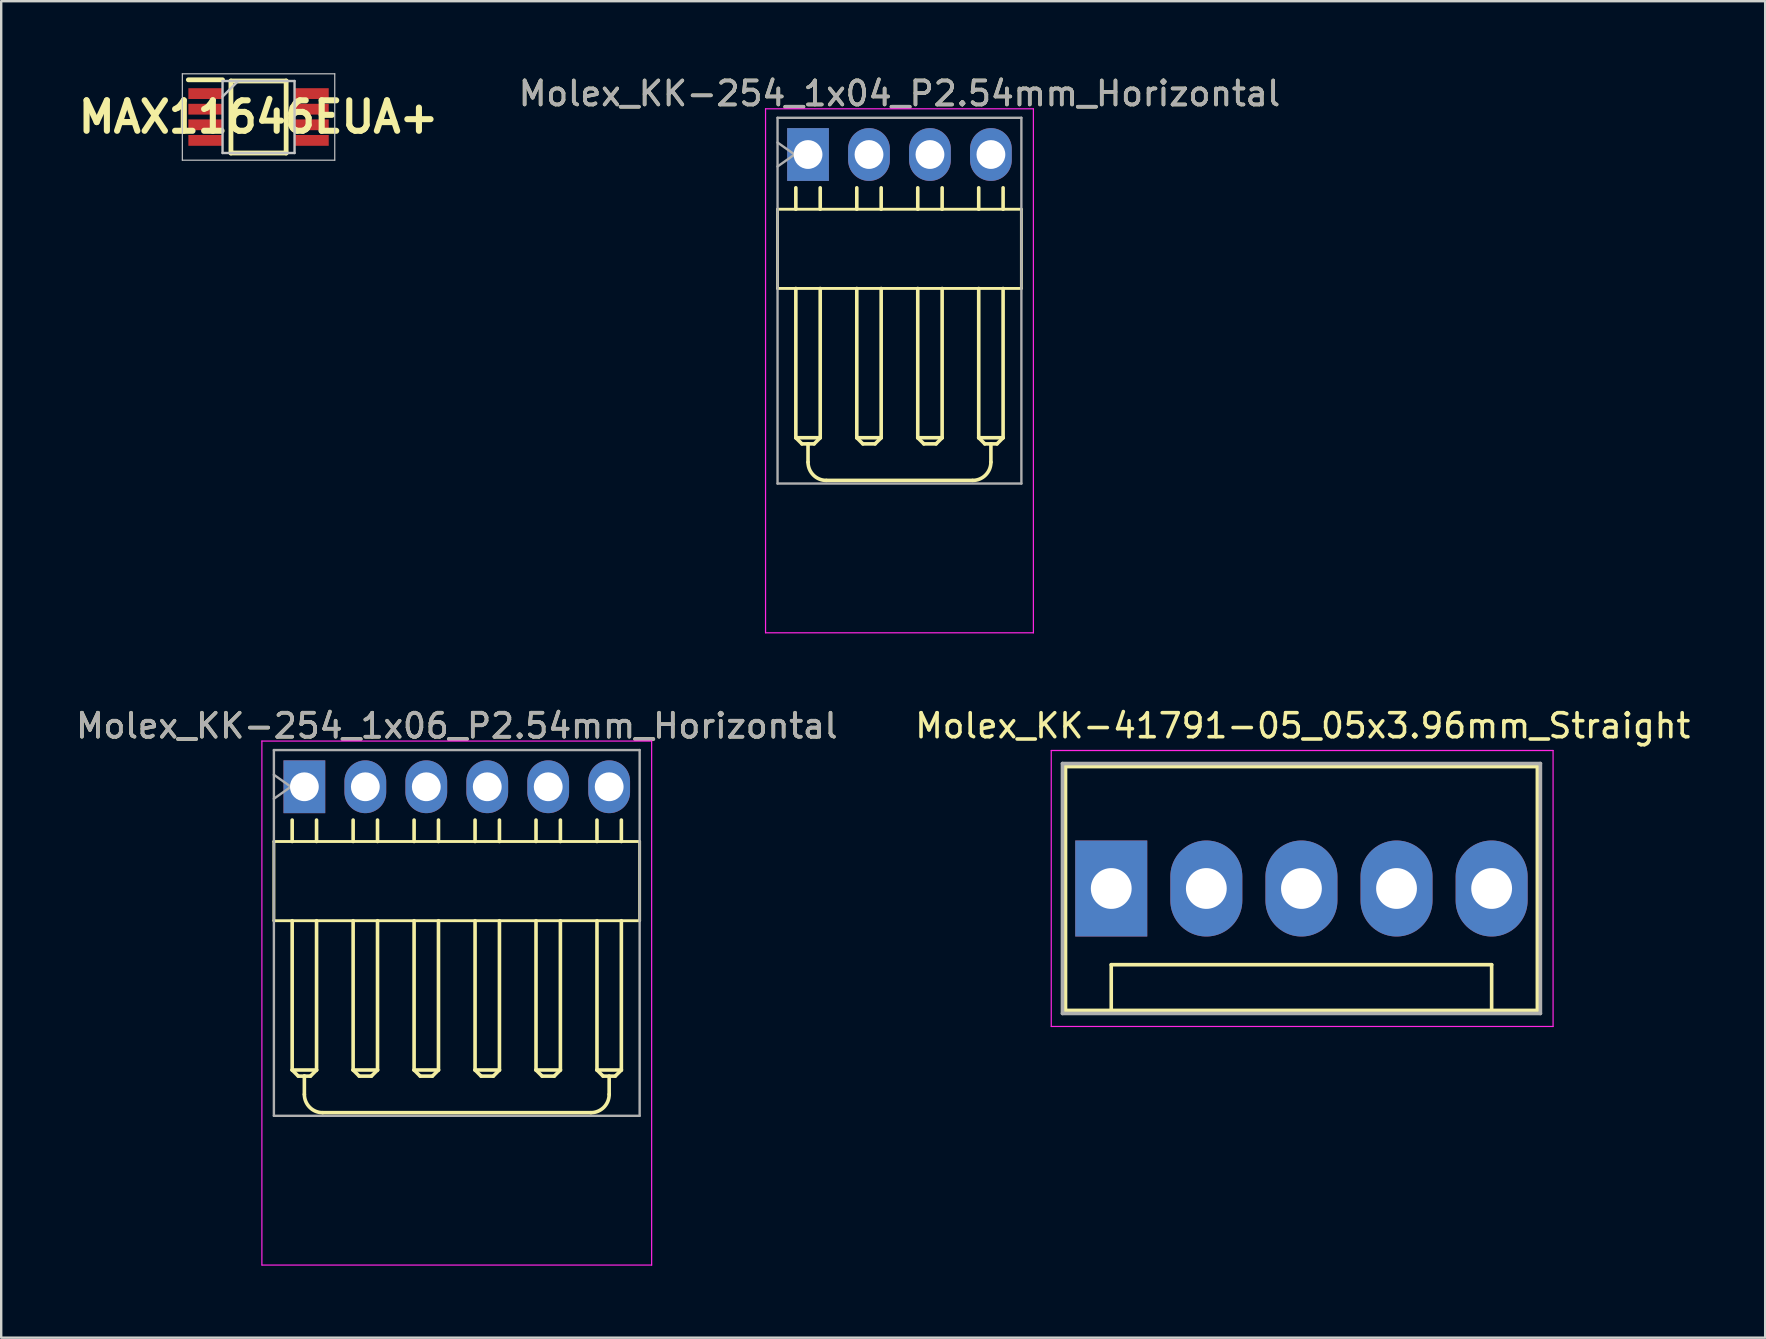
<source format=kicad_pcb>
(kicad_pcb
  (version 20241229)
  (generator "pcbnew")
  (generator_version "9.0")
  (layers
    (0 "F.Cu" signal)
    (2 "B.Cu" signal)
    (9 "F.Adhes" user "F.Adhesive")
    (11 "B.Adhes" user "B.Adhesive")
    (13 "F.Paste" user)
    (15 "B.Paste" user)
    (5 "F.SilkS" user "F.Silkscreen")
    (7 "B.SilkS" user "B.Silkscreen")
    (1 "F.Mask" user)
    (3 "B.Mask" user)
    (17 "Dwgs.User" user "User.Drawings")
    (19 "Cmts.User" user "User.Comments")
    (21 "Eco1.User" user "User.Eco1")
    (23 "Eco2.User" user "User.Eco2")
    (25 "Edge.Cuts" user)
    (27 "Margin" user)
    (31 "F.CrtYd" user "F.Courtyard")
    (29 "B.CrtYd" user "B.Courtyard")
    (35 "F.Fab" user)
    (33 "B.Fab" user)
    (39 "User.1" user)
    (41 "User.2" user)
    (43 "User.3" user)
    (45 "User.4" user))
  (footprint "Molex_KK-41791-05_05x3.96mm_Straight"
    (layer "F.Cu")
    (at 43.252 33.971)
    (property "Reference" "Molex_KK-41791-05_05x3.96mm_Straight" (at 7.98 -6.78 0) (layer "F.SilkS") (effects (font (size 1 1) (thickness 0.15))))
    (attr through_hole)
    (fp_line (start -1.905 -5.08) (end -1.905 5.08) (stroke (width 0.15) (type solid)) (layer "F.SilkS"))
    (fp_line (start -1.905 -5.08) (end 17.755 -5.08) (stroke (width 0.15) (type solid)) (layer "F.SilkS"))
    (fp_line (start -1.905 5.08) (end 17.755 5.08) (stroke (width 0.15) (type solid)) (layer "F.SilkS"))
    (fp_line (start 0 3.175) (end 15.85 3.175) (stroke (width 0.15) (type solid)) (layer "F.SilkS"))
    (fp_line (start 0 5.08) (end 0 3.175) (stroke (width 0.15) (type solid)) (layer "F.SilkS"))
    (fp_line (start 15.85 3.175) (end 15.85 5.08) (stroke (width 0.15) (type solid)) (layer "F.SilkS"))
    (fp_line (start 17.755 -5.08) (end 17.755 5.08) (stroke (width 0.15) (type solid)) (layer "F.SilkS"))
    (fp_line (start -2.5 -5.75) (end 18.41 -5.75) (stroke (width 0.05) (type solid)) (layer "F.CrtYd"))
    (fp_line (start -2.5 5.75) (end -2.5 -5.75) (stroke (width 0.05) (type solid)) (layer "F.CrtYd"))
    (fp_line (start 18.41 -5.75) (end 18.41 5.75) (stroke (width 0.05) (type solid)) (layer "F.CrtYd"))
    (fp_line (start 18.41 5.75) (end -2.5 5.75) (stroke (width 0.05) (type solid)) (layer "F.CrtYd"))
    (fp_line (start -2.032 -5.207) (end 17.882 -5.207) (stroke (width 0.15) (type solid)) (layer "F.Fab"))
    (fp_line (start -2.032 5.207) (end -2.032 -5.207) (stroke (width 0.15) (type solid)) (layer "F.Fab"))
    (fp_line (start 17.882 -5.207) (end 17.882 5.207) (stroke (width 0.15) (type solid)) (layer "F.Fab"))
    (fp_line (start 17.882 5.207) (end -2.032 5.207) (stroke (width 0.15) (type solid)) (layer "F.Fab"))
    (pad "1" thru_hole rect (at 0 0) (size 3 4) (drill 1.7) (layers "*.Cu" "*.Mask"))
    (pad "2" thru_hole oval (at 3.962 0) (size 3 4) (drill 1.7) (layers "*.Cu" "*.Mask"))
    (pad "3" thru_hole oval (at 7.925 0) (size 3 4) (drill 1.7) (layers "*.Cu" "*.Mask"))
    (pad "4" thru_hole oval (at 11.887 0) (size 3 4) (drill 1.7) (layers "*.Cu" "*.Mask"))
    (pad "5" thru_hole oval (at 15.85 0) (size 3 4) (drill 1.7) (layers "*.Cu" "*.Mask")))
  (footprint "Molex_KK-254_1x06_P2.54mm_Horizontal"
    (layer "F.Cu")
    (at 9.632 29.732)
    (property "Reference" "Molex_KK-254_1x06_P2.54mm_Horizontal" (at 6.35 -2.54 0) (layer "F.SilkS") (effects (font (size 1 1) (thickness 0.15))))
    (attr through_hole)
    (fp_line (start -1.27 2.28) (end -1.27 5.58) (stroke (width 0.12) (type solid)) (layer "F.SilkS"))
    (fp_line (start -1.27 2.28) (end 13.97 2.28) (stroke (width 0.12) (type solid)) (layer "F.SilkS"))
    (fp_line (start -0.508 1.388) (end -0.508 2.28) (stroke (width 0.15) (type solid)) (layer "F.SilkS"))
    (fp_line (start -0.508 11.802) (end -0.508 5.582) (stroke (width 0.15) (type solid)) (layer "F.SilkS"))
    (fp_line (start -0.508 11.802) (end 0.508 11.802) (stroke (width 0.15) (type solid)) (layer "F.SilkS"))
    (fp_line (start -0.254 12.056) (end -0.508 11.802) (stroke (width 0.15) (type solid)) (layer "F.SilkS"))
    (fp_line (start 0 12.056) (end -0.254 12.056) (stroke (width 0.15) (type solid)) (layer "F.SilkS"))
    (fp_line (start 0 12.056) (end 0 12.818) (stroke (width 0.15) (type solid)) (layer "F.SilkS"))
    (fp_line (start 0.254 12.056) (end 0 12.056) (stroke (width 0.15) (type solid)) (layer "F.SilkS"))
    (fp_line (start 0.508 2.28) (end 0.508 1.388) (stroke (width 0.15) (type solid)) (layer "F.SilkS"))
    (fp_line (start 0.508 5.582) (end 0.508 11.802) (stroke (width 0.15) (type solid)) (layer "F.SilkS"))
    (fp_line (start 0.508 11.802) (end 0.254 12.056) (stroke (width 0.15) (type solid)) (layer "F.SilkS"))
    (fp_line (start 0.762 13.58) (end 11.938 13.58) (stroke (width 0.15) (type solid)) (layer "F.SilkS"))
    (fp_line (start 2.032 2.28) (end 2.032 1.388) (stroke (width 0.15) (type solid)) (layer "F.SilkS"))
    (fp_line (start 2.032 5.582) (end 2.032 11.802) (stroke (width 0.15) (type solid)) (layer "F.SilkS"))
    (fp_line (start 2.032 11.802) (end 2.286 12.056) (stroke (width 0.15) (type solid)) (layer "F.SilkS"))
    (fp_line (start 2.286 12.056) (end 2.794 12.056) (stroke (width 0.15) (type solid)) (layer "F.SilkS"))
    (fp_line (start 2.794 12.056) (end 3.048 11.802) (stroke (width 0.15) (type solid)) (layer "F.SilkS"))
    (fp_line (start 3.048 2.28) (end 3.048 1.388) (stroke (width 0.15) (type solid)) (layer "F.SilkS"))
    (fp_line (start 3.048 11.802) (end 2.032 11.802) (stroke (width 0.15) (type solid)) (layer "F.SilkS"))
    (fp_line (start 3.048 11.802) (end 3.048 5.582) (stroke (width 0.15) (type solid)) (layer "F.SilkS"))
    (fp_line (start 4.572 2.28) (end 4.572 1.388) (stroke (width 0.15) (type solid)) (layer "F.SilkS"))
    (fp_line (start 4.572 5.582) (end 4.572 11.802) (stroke (width 0.15) (type solid)) (layer "F.SilkS"))
    (fp_line (start 4.572 11.802) (end 4.826 12.056) (stroke (width 0.15) (type solid)) (layer "F.SilkS"))
    (fp_line (start 4.826 12.056) (end 5.334 12.056) (stroke (width 0.15) (type solid)) (layer "F.SilkS"))
    (fp_line (start 5.334 12.056) (end 5.588 11.802) (stroke (width 0.15) (type solid)) (layer "F.SilkS"))
    (fp_line (start 5.588 2.28) (end 5.588 1.388) (stroke (width 0.15) (type solid)) (layer "F.SilkS"))
    (fp_line (start 5.588 11.802) (end 4.572 11.802) (stroke (width 0.15) (type solid)) (layer "F.SilkS"))
    (fp_line (start 5.588 11.802) (end 5.588 5.582) (stroke (width 0.15) (type solid)) (layer "F.SilkS"))
    (fp_line (start 7.112 2.28) (end 7.112 1.388) (stroke (width 0.15) (type solid)) (layer "F.SilkS"))
    (fp_line (start 7.112 5.582) (end 7.112 11.802) (stroke (width 0.15) (type solid)) (layer "F.SilkS"))
    (fp_line (start 7.112 11.802) (end 7.366 12.056) (stroke (width 0.15) (type solid)) (layer "F.SilkS"))
    (fp_line (start 7.366 12.056) (end 7.874 12.056) (stroke (width 0.15) (type solid)) (layer "F.SilkS"))
    (fp_line (start 7.874 12.056) (end 8.128 11.802) (stroke (width 0.15) (type solid)) (layer "F.SilkS"))
    (fp_line (start 8.128 2.28) (end 8.128 1.388) (stroke (width 0.15) (type solid)) (layer "F.SilkS"))
    (fp_line (start 8.128 11.802) (end 7.112 11.802) (stroke (width 0.15) (type solid)) (layer "F.SilkS"))
    (fp_line (start 8.128 11.802) (end 8.128 5.582) (stroke (width 0.15) (type solid)) (layer "F.SilkS"))
    (fp_line (start 9.652 2.28) (end 9.652 1.388) (stroke (width 0.15) (type solid)) (layer "F.SilkS"))
    (fp_line (start 9.652 5.582) (end 9.652 11.802) (stroke (width 0.15) (type solid)) (layer "F.SilkS"))
    (fp_line (start 9.652 11.802) (end 9.906 12.056) (stroke (width 0.15) (type solid)) (layer "F.SilkS"))
    (fp_line (start 9.906 12.056) (end 10.414 12.056) (stroke (width 0.15) (type solid)) (layer "F.SilkS"))
    (fp_line (start 10.414 12.056) (end 10.668 11.802) (stroke (width 0.15) (type solid)) (layer "F.SilkS"))
    (fp_line (start 10.668 2.28) (end 10.668 1.388) (stroke (width 0.15) (type solid)) (layer "F.SilkS"))
    (fp_line (start 10.668 11.802) (end 9.652 11.802) (stroke (width 0.15) (type solid)) (layer "F.SilkS"))
    (fp_line (start 10.668 11.802) (end 10.668 5.582) (stroke (width 0.15) (type solid)) (layer "F.SilkS"))
    (fp_line (start 12.192 2.28) (end 12.192 1.388) (stroke (width 0.15) (type solid)) (layer "F.SilkS"))
    (fp_line (start 12.192 5.582) (end 12.192 11.802) (stroke (width 0.15) (type solid)) (layer "F.SilkS"))
    (fp_line (start 12.192 11.802) (end 12.446 12.056) (stroke (width 0.15) (type solid)) (layer "F.SilkS"))
    (fp_line (start 12.446 12.056) (end 12.954 12.056) (stroke (width 0.15) (type solid)) (layer "F.SilkS"))
    (fp_line (start 12.7 12.056) (end 12.7 12.818) (stroke (width 0.15) (type solid)) (layer "F.SilkS"))
    (fp_line (start 12.954 12.056) (end 13.208 11.802) (stroke (width 0.15) (type solid)) (layer "F.SilkS"))
    (fp_line (start 13.208 2.28) (end 13.208 1.388) (stroke (width 0.15) (type solid)) (layer "F.SilkS"))
    (fp_line (start 13.208 11.802) (end 12.192 11.802) (stroke (width 0.15) (type solid)) (layer "F.SilkS"))
    (fp_line (start 13.208 11.802) (end 13.208 5.582) (stroke (width 0.15) (type solid)) (layer "F.SilkS"))
    (fp_line (start 13.97 2.28) (end 13.97 5.58) (stroke (width 0.12) (type solid)) (layer "F.SilkS"))
    (fp_line (start 13.97 5.58) (end -1.27 5.58) (stroke (width 0.12) (type solid)) (layer "F.SilkS"))
    (fp_arc (start 0.762 13.58) (mid 0.223185 13.356815) (end 0 12.818) (stroke (width 0.15) (type solid)) (layer "F.SilkS"))
    (fp_arc (start 12.7 12.818) (mid 12.476815 13.356815) (end 11.938 13.58) (stroke (width 0.15) (type solid)) (layer "F.SilkS"))
    (fp_line (start -1.77 -1.905) (end -1.77 19.93) (stroke (width 0.05) (type solid)) (layer "F.CrtYd"))
    (fp_line (start -1.762 19.93) (end 14.47 19.93) (stroke (width 0.05) (type solid)) (layer "F.CrtYd"))
    (fp_line (start 14.47 -1.905) (end -1.77 -1.905) (stroke (width 0.05) (type solid)) (layer "F.CrtYd"))
    (fp_line (start 14.47 19.93) (end 14.47 -1.905) (stroke (width 0.05) (type solid)) (layer "F.CrtYd"))
    (fp_line (start -1.27 -1.53) (end -1.27 13.71) (stroke (width 0.1) (type solid)) (layer "F.Fab"))
    (fp_line (start -1.27 -0.5) (end -0.563 0) (stroke (width 0.1) (type solid)) (layer "F.Fab"))
    (fp_line (start -1.27 13.71) (end 13.97 13.71) (stroke (width 0.1) (type solid)) (layer "F.Fab"))
    (fp_line (start -0.563 0) (end -1.27 0.5) (stroke (width 0.1) (type solid)) (layer "F.Fab"))
    (fp_line (start 13.97 -1.53) (end -1.27 -1.53) (stroke (width 0.1) (type solid)) (layer "F.Fab"))
    (fp_line (start 13.97 13.71) (end 13.97 -1.53) (stroke (width 0.1) (type solid)) (layer "F.Fab"))
    (fp_text user "${REFERENCE}" (at 6.35 -2.54 0) (layer "F.Fab") (effects (font (size 1 1) (thickness 0.15))))
    (pad "1" thru_hole rect (at 0 0) (size 1.74 2.2) (drill 1.2) (layers "*.Cu" "*.Mask"))
    (pad "2" thru_hole oval (at 2.54 0) (size 1.74 2.2) (drill 1.2) (layers "*.Cu" "*.Mask"))
    (pad "3" thru_hole oval (at 5.08 0) (size 1.74 2.2) (drill 1.2) (layers "*.Cu" "*.Mask"))
    (pad "4" thru_hole oval (at 7.62 0) (size 1.74 2.2) (drill 1.2) (layers "*.Cu" "*.Mask"))
    (pad "5" thru_hole oval (at 10.16 0) (size 1.74 2.2) (drill 1.2) (layers "*.Cu" "*.Mask"))
    (pad "6" thru_hole oval (at 12.7 0) (size 1.74 2.2) (drill 1.2) (layers "*.Cu" "*.Mask")))
  (footprint "Molex_KK-254_1x04_P2.54mm_Horizontal"
    (layer "F.Cu")
    (at 30.618 3.388)
    (property "Reference" "Molex_KK-254_1x04_P2.54mm_Horizontal" (at 3.81 -2.54 0) (layer "F.SilkS") (effects (font (size 1 1) (thickness 0.15))))
    (attr through_hole)
    (fp_line (start -1.27 2.28) (end -1.27 5.58) (stroke (width 0.12) (type solid)) (layer "F.SilkS"))
    (fp_line (start -1.27 2.28) (end 8.89 2.28) (stroke (width 0.12) (type solid)) (layer "F.SilkS"))
    (fp_line (start -0.508 1.388) (end -0.508 2.28) (stroke (width 0.15) (type solid)) (layer "F.SilkS"))
    (fp_line (start -0.508 11.802) (end -0.508 5.582) (stroke (width 0.15) (type solid)) (layer "F.SilkS"))
    (fp_line (start -0.508 11.802) (end 0.508 11.802) (stroke (width 0.15) (type solid)) (layer "F.SilkS"))
    (fp_line (start -0.254 12.056) (end -0.508 11.802) (stroke (width 0.15) (type solid)) (layer "F.SilkS"))
    (fp_line (start 0 12.056) (end -0.254 12.056) (stroke (width 0.15) (type solid)) (layer "F.SilkS"))
    (fp_line (start 0 12.056) (end 0 12.818) (stroke (width 0.15) (type solid)) (layer "F.SilkS"))
    (fp_line (start 0.254 12.056) (end 0 12.056) (stroke (width 0.15) (type solid)) (layer "F.SilkS"))
    (fp_line (start 0.508 2.28) (end 0.508 1.388) (stroke (width 0.15) (type solid)) (layer "F.SilkS"))
    (fp_line (start 0.508 5.582) (end 0.508 11.802) (stroke (width 0.15) (type solid)) (layer "F.SilkS"))
    (fp_line (start 0.508 11.802) (end 0.254 12.056) (stroke (width 0.15) (type solid)) (layer "F.SilkS"))
    (fp_line (start 0.762 13.58) (end 6.858 13.58) (stroke (width 0.15) (type solid)) (layer "F.SilkS"))
    (fp_line (start 2.032 2.28) (end 2.032 1.388) (stroke (width 0.15) (type solid)) (layer "F.SilkS"))
    (fp_line (start 2.032 5.582) (end 2.032 11.802) (stroke (width 0.15) (type solid)) (layer "F.SilkS"))
    (fp_line (start 2.032 11.802) (end 2.286 12.056) (stroke (width 0.15) (type solid)) (layer "F.SilkS"))
    (fp_line (start 2.286 12.056) (end 2.794 12.056) (stroke (width 0.15) (type solid)) (layer "F.SilkS"))
    (fp_line (start 2.794 12.056) (end 3.048 11.802) (stroke (width 0.15) (type solid)) (layer "F.SilkS"))
    (fp_line (start 3.048 2.28) (end 3.048 1.388) (stroke (width 0.15) (type solid)) (layer "F.SilkS"))
    (fp_line (start 3.048 11.802) (end 2.032 11.802) (stroke (width 0.15) (type solid)) (layer "F.SilkS"))
    (fp_line (start 3.048 11.802) (end 3.048 5.582) (stroke (width 0.15) (type solid)) (layer "F.SilkS"))
    (fp_line (start 4.572 2.28) (end 4.572 1.388) (stroke (width 0.15) (type solid)) (layer "F.SilkS"))
    (fp_line (start 4.572 5.582) (end 4.572 11.802) (stroke (width 0.15) (type solid)) (layer "F.SilkS"))
    (fp_line (start 4.572 11.802) (end 4.826 12.056) (stroke (width 0.15) (type solid)) (layer "F.SilkS"))
    (fp_line (start 4.826 12.056) (end 5.334 12.056) (stroke (width 0.15) (type solid)) (layer "F.SilkS"))
    (fp_line (start 5.334 12.056) (end 5.588 11.802) (stroke (width 0.15) (type solid)) (layer "F.SilkS"))
    (fp_line (start 5.588 2.28) (end 5.588 1.388) (stroke (width 0.15) (type solid)) (layer "F.SilkS"))
    (fp_line (start 5.588 11.802) (end 4.572 11.802) (stroke (width 0.15) (type solid)) (layer "F.SilkS"))
    (fp_line (start 5.588 11.802) (end 5.588 5.582) (stroke (width 0.15) (type solid)) (layer "F.SilkS"))
    (fp_line (start 7.112 2.28) (end 7.112 1.388) (stroke (width 0.15) (type solid)) (layer "F.SilkS"))
    (fp_line (start 7.112 5.582) (end 7.112 11.802) (stroke (width 0.15) (type solid)) (layer "F.SilkS"))
    (fp_line (start 7.112 11.802) (end 7.366 12.056) (stroke (width 0.15) (type solid)) (layer "F.SilkS"))
    (fp_line (start 7.366 12.056) (end 7.874 12.056) (stroke (width 0.15) (type solid)) (layer "F.SilkS"))
    (fp_line (start 7.62 12.056) (end 7.62 12.818) (stroke (width 0.15) (type solid)) (layer "F.SilkS"))
    (fp_line (start 7.874 12.056) (end 8.128 11.802) (stroke (width 0.15) (type solid)) (layer "F.SilkS"))
    (fp_line (start 8.128 2.28) (end 8.128 1.388) (stroke (width 0.15) (type solid)) (layer "F.SilkS"))
    (fp_line (start 8.128 11.802) (end 7.112 11.802) (stroke (width 0.15) (type solid)) (layer "F.SilkS"))
    (fp_line (start 8.128 11.802) (end 8.128 5.582) (stroke (width 0.15) (type solid)) (layer "F.SilkS"))
    (fp_line (start 8.89 2.28) (end 8.89 5.58) (stroke (width 0.12) (type solid)) (layer "F.SilkS"))
    (fp_line (start 8.89 5.58) (end -1.27 5.58) (stroke (width 0.12) (type solid)) (layer "F.SilkS"))
    (fp_arc (start 0.762 13.58) (mid 0.223185 13.356815) (end 0 12.818) (stroke (width 0.15) (type solid)) (layer "F.SilkS"))
    (fp_arc (start 7.62 12.818) (mid 7.396815 13.356815) (end 6.858 13.58) (stroke (width 0.15) (type solid)) (layer "F.SilkS"))
    (fp_line (start -1.77 -1.905) (end -1.77 19.93) (stroke (width 0.05) (type solid)) (layer "F.CrtYd"))
    (fp_line (start -1.762 19.93) (end 9.39 19.93) (stroke (width 0.05) (type solid)) (layer "F.CrtYd"))
    (fp_line (start 9.39 -1.905) (end -1.77 -1.905) (stroke (width 0.05) (type solid)) (layer "F.CrtYd"))
    (fp_line (start 9.39 19.93) (end 9.39 -1.905) (stroke (width 0.05) (type solid)) (layer "F.CrtYd"))
    (fp_line (start -1.27 -1.53) (end -1.27 13.71) (stroke (width 0.1) (type solid)) (layer "F.Fab"))
    (fp_line (start -1.27 -0.5) (end -0.563 0) (stroke (width 0.1) (type solid)) (layer "F.Fab"))
    (fp_line (start -1.27 13.71) (end 8.89 13.71) (stroke (width 0.1) (type solid)) (layer "F.Fab"))
    (fp_line (start -0.563 0) (end -1.27 0.5) (stroke (width 0.1) (type solid)) (layer "F.Fab"))
    (fp_line (start 8.89 -1.53) (end -1.27 -1.53) (stroke (width 0.1) (type solid)) (layer "F.Fab"))
    (fp_line (start 8.89 13.71) (end 8.89 -1.53) (stroke (width 0.1) (type solid)) (layer "F.Fab"))
    (fp_text user "${REFERENCE}" (at 3.81 -2.54 0) (layer "F.Fab") (effects (font (size 1 1) (thickness 0.15))))
    (pad "1" thru_hole rect (at 0 0) (size 1.74 2.2) (drill 1.2) (layers "*.Cu" "*.Mask"))
    (pad "2" thru_hole oval (at 2.54 0) (size 1.74 2.2) (drill 1.2) (layers "*.Cu" "*.Mask"))
    (pad "3" thru_hole oval (at 5.08 0) (size 1.74 2.2) (drill 1.2) (layers "*.Cu" "*.Mask"))
    (pad "4" thru_hole oval (at 7.62 0) (size 1.74 2.2) (drill 1.2) (layers "*.Cu" "*.Mask")))
  (footprint "MAX11646EUA+"
    (layer "F.Cu")
    (at 7.723 1.825)
    (property "Reference" "MAX11646EUA+" (at 0 0 0) (layer "F.SilkS") (effects (font (size 1.27 1.27) (thickness 0.254))))
    (attr smd)
    (fp_line (start -2.925 -1.55) (end -1.5 -1.55) (stroke (width 0.2) (type solid)) (layer "F.SilkS"))
    (fp_line (start -1.15 -1.5) (end 1.15 -1.5) (stroke (width 0.2) (type solid)) (layer "F.SilkS"))
    (fp_line (start -1.15 1.5) (end -1.15 -1.5) (stroke (width 0.2) (type solid)) (layer "F.SilkS"))
    (fp_line (start 1.15 -1.5) (end 1.15 1.5) (stroke (width 0.2) (type solid)) (layer "F.SilkS"))
    (fp_line (start 1.15 1.5) (end -1.15 1.5) (stroke (width 0.2) (type solid)) (layer "F.SilkS"))
    (fp_line (start -3.175 -1.8) (end 3.175 -1.8) (stroke (width 0.05) (type solid)) (layer "Dwgs.User"))
    (fp_line (start -3.175 1.8) (end -3.175 -1.8) (stroke (width 0.05) (type solid)) (layer "Dwgs.User"))
    (fp_line (start -1.5 -1.5) (end 1.5 -1.5) (stroke (width 0.1) (type solid)) (layer "Dwgs.User"))
    (fp_line (start -1.5 -0.85) (end -0.85 -1.5) (stroke (width 0.1) (type solid)) (layer "Dwgs.User"))
    (fp_line (start -1.5 1.5) (end -1.5 -1.5) (stroke (width 0.1) (type solid)) (layer "Dwgs.User"))
    (fp_line (start 1.5 -1.5) (end 1.5 1.5) (stroke (width 0.1) (type solid)) (layer "Dwgs.User"))
    (fp_line (start 1.5 1.5) (end -1.5 1.5) (stroke (width 0.1) (type solid)) (layer "Dwgs.User"))
    (fp_line (start 3.175 -1.8) (end 3.175 1.8) (stroke (width 0.05) (type solid)) (layer "Dwgs.User"))
    (fp_line (start 3.175 1.8) (end -3.175 1.8) (stroke (width 0.05) (type solid)) (layer "Dwgs.User"))
    (pad "1" smd rect (at -2.212 -0.975 90) (size 0.45 1.425) (layers "F.Cu" "F.Mask" "F.Paste"))
    (pad "2" smd rect (at -2.212 -0.325 90) (size 0.45 1.425) (layers "F.Cu" "F.Mask" "F.Paste"))
    (pad "3" smd rect (at -2.212 0.325 90) (size 0.45 1.425) (layers "F.Cu" "F.Mask" "F.Paste"))
    (pad "4" smd rect (at -2.212 0.975 90) (size 0.45 1.425) (layers "F.Cu" "F.Mask" "F.Paste"))
    (pad "5" smd rect (at 2.212 0.975 90) (size 0.45 1.425) (layers "F.Cu" "F.Mask" "F.Paste"))
    (pad "6" smd rect (at 2.212 0.325 90) (size 0.45 1.425) (layers "F.Cu" "F.Mask" "F.Paste"))
    (pad "7" smd rect (at 2.212 -0.325 90) (size 0.45 1.425) (layers "F.Cu" "F.Mask" "F.Paste"))
    (pad "8" smd rect (at 2.212 -0.975 90) (size 0.45 1.425) (layers "F.Cu" "F.Mask" "F.Paste")))
  (gr_rect
    (start -3 -3)
    (end 70.5 52.687)
    (stroke (width 0.1) (type default))
    (fill no)
    (layer "Edge.Cuts")))
</source>
